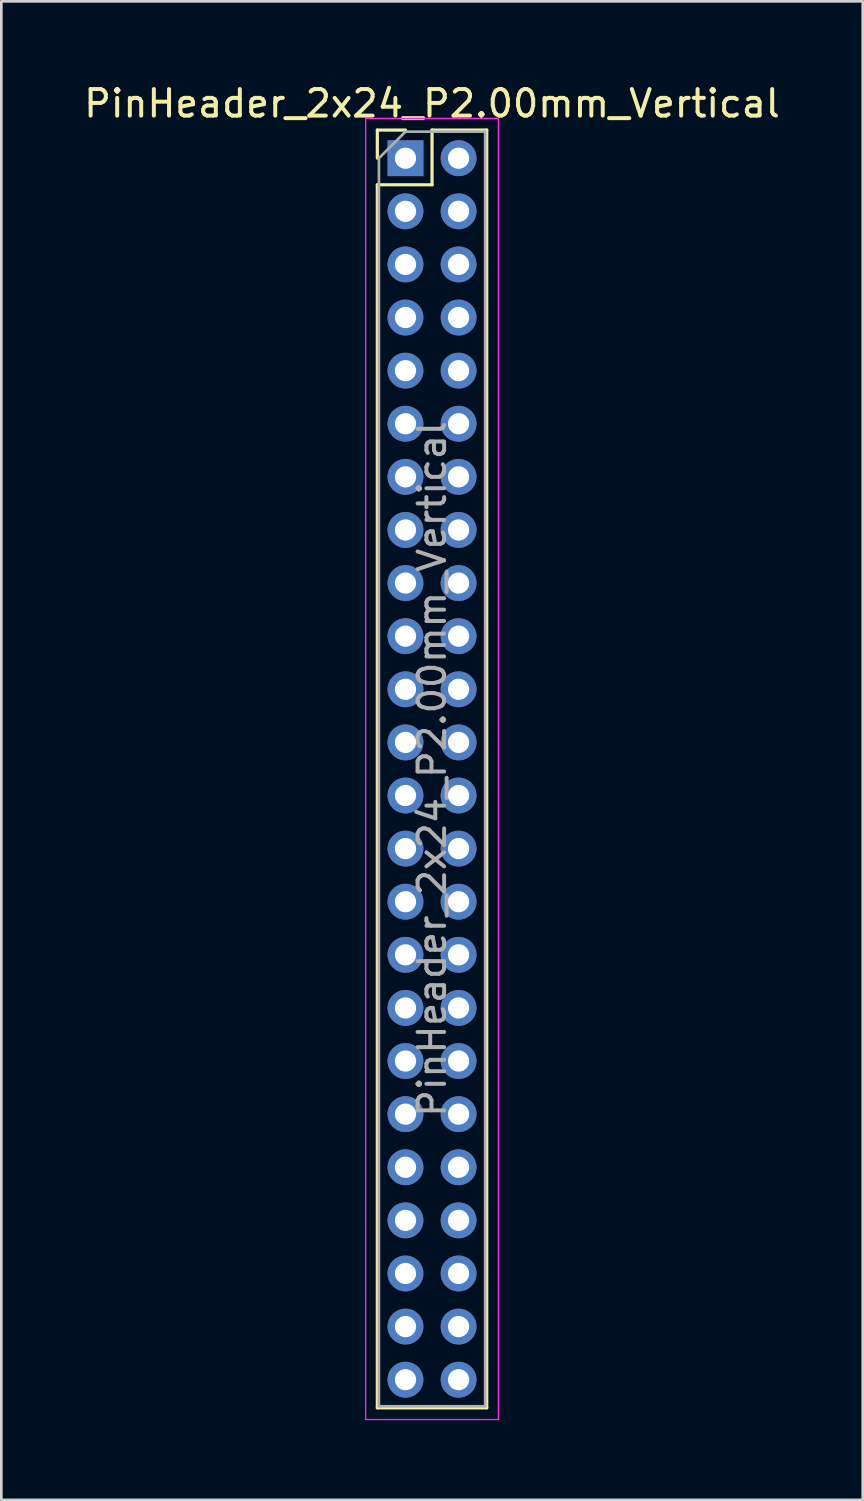
<source format=kicad_pcb>
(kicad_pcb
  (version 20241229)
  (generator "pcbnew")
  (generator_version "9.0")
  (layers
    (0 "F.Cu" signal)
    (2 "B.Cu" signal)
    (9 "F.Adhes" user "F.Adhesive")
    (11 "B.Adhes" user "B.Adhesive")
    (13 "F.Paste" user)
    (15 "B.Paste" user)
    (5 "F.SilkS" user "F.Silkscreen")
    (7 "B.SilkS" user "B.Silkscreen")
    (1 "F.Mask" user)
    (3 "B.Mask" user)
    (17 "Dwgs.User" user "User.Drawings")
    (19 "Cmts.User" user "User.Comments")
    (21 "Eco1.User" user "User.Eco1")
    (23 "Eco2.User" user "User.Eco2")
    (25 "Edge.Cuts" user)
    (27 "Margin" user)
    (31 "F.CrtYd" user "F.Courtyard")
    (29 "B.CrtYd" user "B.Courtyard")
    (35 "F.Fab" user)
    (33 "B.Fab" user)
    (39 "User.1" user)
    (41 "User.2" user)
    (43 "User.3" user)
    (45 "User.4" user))
  (footprint "PinHeader_2x24_P2.00mm_Vertical"
    (layer "F.Cu")
    (at 12.22 2.908)
    (property "Reference" "PinHeader_2x24_P2.00mm_Vertical" (at 1 -2.06 0) (layer "F.SilkS") (effects (font (size 1 1) (thickness 0.15))))
    (attr through_hole)
    (fp_line (start -1.06 -1.06) (end 0 -1.06) (stroke (width 0.12) (type solid)) (layer "F.SilkS"))
    (fp_line (start -1.06 0) (end -1.06 -1.06) (stroke (width 0.12) (type solid)) (layer "F.SilkS"))
    (fp_line (start -1.06 1) (end -1.06 47.06) (stroke (width 0.12) (type solid)) (layer "F.SilkS"))
    (fp_line (start -1.06 1) (end 1 1) (stroke (width 0.12) (type solid)) (layer "F.SilkS"))
    (fp_line (start -1.06 47.06) (end 3.06 47.06) (stroke (width 0.12) (type solid)) (layer "F.SilkS"))
    (fp_line (start 1 -1.06) (end 3.06 -1.06) (stroke (width 0.12) (type solid)) (layer "F.SilkS"))
    (fp_line (start 1 1) (end 1 -1.06) (stroke (width 0.12) (type solid)) (layer "F.SilkS"))
    (fp_line (start 3.06 -1.06) (end 3.06 47.06) (stroke (width 0.12) (type solid)) (layer "F.SilkS"))
    (fp_line (start -1.5 -1.5) (end -1.5 47.5) (stroke (width 0.05) (type solid)) (layer "F.CrtYd"))
    (fp_line (start -1.5 47.5) (end 3.5 47.5) (stroke (width 0.05) (type solid)) (layer "F.CrtYd"))
    (fp_line (start 3.5 -1.5) (end -1.5 -1.5) (stroke (width 0.05) (type solid)) (layer "F.CrtYd"))
    (fp_line (start 3.5 47.5) (end 3.5 -1.5) (stroke (width 0.05) (type solid)) (layer "F.CrtYd"))
    (fp_line (start -1 0) (end 0 -1) (stroke (width 0.1) (type solid)) (layer "F.Fab"))
    (fp_line (start -1 47) (end -1 0) (stroke (width 0.1) (type solid)) (layer "F.Fab"))
    (fp_line (start 0 -1) (end 3 -1) (stroke (width 0.1) (type solid)) (layer "F.Fab"))
    (fp_line (start 3 -1) (end 3 47) (stroke (width 0.1) (type solid)) (layer "F.Fab"))
    (fp_line (start 3 47) (end -1 47) (stroke (width 0.1) (type solid)) (layer "F.Fab"))
    (fp_text user "${REFERENCE}" (at 1 23 90) (layer "F.Fab") (effects (font (size 1 1) (thickness 0.15))))
    (pad "1" thru_hole rect (at 0 0) (size 1.35 1.35) (drill 0.8) (layers "*.Cu" "*.Mask"))
    (pad "2" thru_hole oval (at 2 0) (size 1.35 1.35) (drill 0.8) (layers "*.Cu" "*.Mask"))
    (pad "3" thru_hole oval (at 0 2) (size 1.35 1.35) (drill 0.8) (layers "*.Cu" "*.Mask"))
    (pad "4" thru_hole oval (at 2 2) (size 1.35 1.35) (drill 0.8) (layers "*.Cu" "*.Mask"))
    (pad "5" thru_hole oval (at 0 4) (size 1.35 1.35) (drill 0.8) (layers "*.Cu" "*.Mask"))
    (pad "6" thru_hole oval (at 2 4) (size 1.35 1.35) (drill 0.8) (layers "*.Cu" "*.Mask"))
    (pad "7" thru_hole oval (at 0 6) (size 1.35 1.35) (drill 0.8) (layers "*.Cu" "*.Mask"))
    (pad "8" thru_hole oval (at 2 6) (size 1.35 1.35) (drill 0.8) (layers "*.Cu" "*.Mask"))
    (pad "9" thru_hole oval (at 0 8) (size 1.35 1.35) (drill 0.8) (layers "*.Cu" "*.Mask"))
    (pad "10" thru_hole oval (at 2 8) (size 1.35 1.35) (drill 0.8) (layers "*.Cu" "*.Mask"))
    (pad "11" thru_hole oval (at 0 10) (size 1.35 1.35) (drill 0.8) (layers "*.Cu" "*.Mask"))
    (pad "12" thru_hole oval (at 2 10) (size 1.35 1.35) (drill 0.8) (layers "*.Cu" "*.Mask"))
    (pad "13" thru_hole oval (at 0 12) (size 1.35 1.35) (drill 0.8) (layers "*.Cu" "*.Mask"))
    (pad "14" thru_hole oval (at 2 12) (size 1.35 1.35) (drill 0.8) (layers "*.Cu" "*.Mask"))
    (pad "15" thru_hole oval (at 0 14) (size 1.35 1.35) (drill 0.8) (layers "*.Cu" "*.Mask"))
    (pad "16" thru_hole oval (at 2 14) (size 1.35 1.35) (drill 0.8) (layers "*.Cu" "*.Mask"))
    (pad "17" thru_hole oval (at 0 16) (size 1.35 1.35) (drill 0.8) (layers "*.Cu" "*.Mask"))
    (pad "18" thru_hole oval (at 2 16) (size 1.35 1.35) (drill 0.8) (layers "*.Cu" "*.Mask"))
    (pad "19" thru_hole oval (at 0 18) (size 1.35 1.35) (drill 0.8) (layers "*.Cu" "*.Mask"))
    (pad "20" thru_hole oval (at 2 18) (size 1.35 1.35) (drill 0.8) (layers "*.Cu" "*.Mask"))
    (pad "21" thru_hole oval (at 0 20) (size 1.35 1.35) (drill 0.8) (layers "*.Cu" "*.Mask"))
    (pad "22" thru_hole oval (at 2 20) (size 1.35 1.35) (drill 0.8) (layers "*.Cu" "*.Mask"))
    (pad "23" thru_hole oval (at 0 22) (size 1.35 1.35) (drill 0.8) (layers "*.Cu" "*.Mask"))
    (pad "24" thru_hole oval (at 2 22) (size 1.35 1.35) (drill 0.8) (layers "*.Cu" "*.Mask"))
    (pad "25" thru_hole oval (at 0 24) (size 1.35 1.35) (drill 0.8) (layers "*.Cu" "*.Mask"))
    (pad "26" thru_hole oval (at 2 24) (size 1.35 1.35) (drill 0.8) (layers "*.Cu" "*.Mask"))
    (pad "27" thru_hole oval (at 0 26) (size 1.35 1.35) (drill 0.8) (layers "*.Cu" "*.Mask"))
    (pad "28" thru_hole oval (at 2 26) (size 1.35 1.35) (drill 0.8) (layers "*.Cu" "*.Mask"))
    (pad "29" thru_hole oval (at 0 28) (size 1.35 1.35) (drill 0.8) (layers "*.Cu" "*.Mask"))
    (pad "30" thru_hole oval (at 2 28) (size 1.35 1.35) (drill 0.8) (layers "*.Cu" "*.Mask"))
    (pad "31" thru_hole oval (at 0 30) (size 1.35 1.35) (drill 0.8) (layers "*.Cu" "*.Mask"))
    (pad "32" thru_hole oval (at 2 30) (size 1.35 1.35) (drill 0.8) (layers "*.Cu" "*.Mask"))
    (pad "33" thru_hole oval (at 0 32) (size 1.35 1.35) (drill 0.8) (layers "*.Cu" "*.Mask"))
    (pad "34" thru_hole oval (at 2 32) (size 1.35 1.35) (drill 0.8) (layers "*.Cu" "*.Mask"))
    (pad "35" thru_hole oval (at 0 34) (size 1.35 1.35) (drill 0.8) (layers "*.Cu" "*.Mask"))
    (pad "36" thru_hole oval (at 2 34) (size 1.35 1.35) (drill 0.8) (layers "*.Cu" "*.Mask"))
    (pad "37" thru_hole oval (at 0 36) (size 1.35 1.35) (drill 0.8) (layers "*.Cu" "*.Mask"))
    (pad "38" thru_hole oval (at 2 36) (size 1.35 1.35) (drill 0.8) (layers "*.Cu" "*.Mask"))
    (pad "39" thru_hole oval (at 0 38) (size 1.35 1.35) (drill 0.8) (layers "*.Cu" "*.Mask"))
    (pad "40" thru_hole oval (at 2 38) (size 1.35 1.35) (drill 0.8) (layers "*.Cu" "*.Mask"))
    (pad "41" thru_hole oval (at 0 40) (size 1.35 1.35) (drill 0.8) (layers "*.Cu" "*.Mask"))
    (pad "42" thru_hole oval (at 2 40) (size 1.35 1.35) (drill 0.8) (layers "*.Cu" "*.Mask"))
    (pad "43" thru_hole oval (at 0 42) (size 1.35 1.35) (drill 0.8) (layers "*.Cu" "*.Mask"))
    (pad "44" thru_hole oval (at 2 42) (size 1.35 1.35) (drill 0.8) (layers "*.Cu" "*.Mask"))
    (pad "45" thru_hole oval (at 0 44) (size 1.35 1.35) (drill 0.8) (layers "*.Cu" "*.Mask"))
    (pad "46" thru_hole oval (at 2 44) (size 1.35 1.35) (drill 0.8) (layers "*.Cu" "*.Mask"))
    (pad "47" thru_hole oval (at 0 46) (size 1.35 1.35) (drill 0.8) (layers "*.Cu" "*.Mask"))
    (pad "48" thru_hole oval (at 2 46) (size 1.35 1.35) (drill 0.8) (layers "*.Cu" "*.Mask")))
  (gr_rect
    (start -3 -3)
    (end 29.44 53.433)
    (stroke (width 0.1) (type default))
    (fill no)
    (layer "Edge.Cuts")))
</source>
